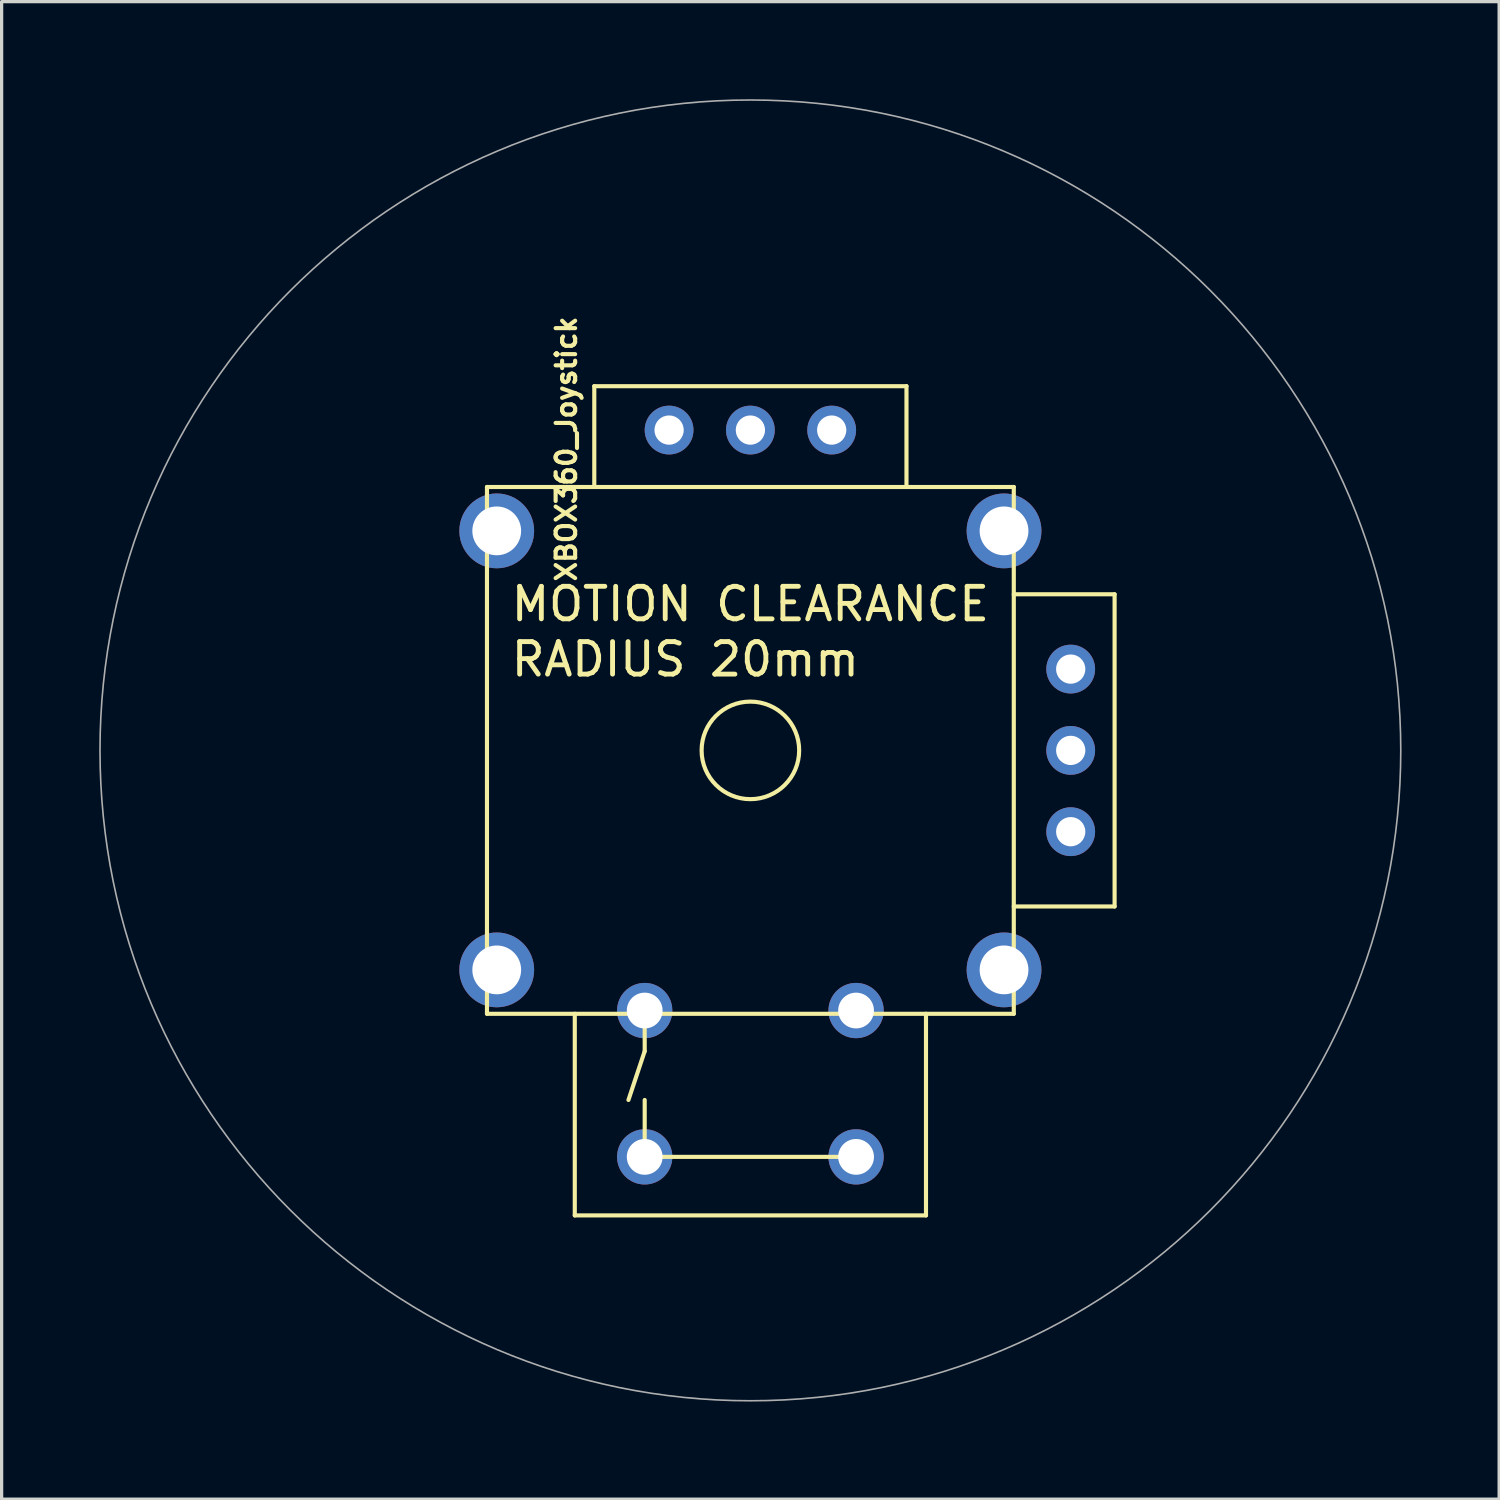
<source format=kicad_pcb>
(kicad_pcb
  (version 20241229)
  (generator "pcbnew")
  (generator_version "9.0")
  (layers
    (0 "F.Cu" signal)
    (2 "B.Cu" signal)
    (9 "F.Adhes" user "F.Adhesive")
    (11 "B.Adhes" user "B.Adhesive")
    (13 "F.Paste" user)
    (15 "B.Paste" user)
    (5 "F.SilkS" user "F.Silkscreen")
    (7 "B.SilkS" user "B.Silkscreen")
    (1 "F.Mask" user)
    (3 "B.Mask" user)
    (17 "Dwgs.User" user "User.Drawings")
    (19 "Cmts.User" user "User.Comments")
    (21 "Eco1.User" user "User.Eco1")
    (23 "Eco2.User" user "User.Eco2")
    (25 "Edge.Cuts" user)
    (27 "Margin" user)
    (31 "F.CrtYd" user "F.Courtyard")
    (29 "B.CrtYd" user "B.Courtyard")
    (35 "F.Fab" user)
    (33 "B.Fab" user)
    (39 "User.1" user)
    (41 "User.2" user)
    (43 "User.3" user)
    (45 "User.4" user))
  (footprint "XBOX360_Joystick"
    (layer "F.Cu")
    (at 20.025 20.025)
    (property "Reference" "XBOX360_Joystick" (at -5.66 -9.27 90) (layer "F.SilkS") (effects (font (size 0.6 0.6) (thickness 0.127))))
    (attr through_hole)
    (fp_line (start -8.1 -8.1) (end -8.1 8.1) (stroke (width 0.127) (type solid)) (layer "F.SilkS"))
    (fp_line (start -8.1 -8.1) (end 8.1 -8.1) (stroke (width 0.127) (type solid)) (layer "F.SilkS"))
    (fp_line (start -8.1 8.1) (end 8.1 8.1) (stroke (width 0.127) (type solid)) (layer "F.SilkS"))
    (fp_line (start -5.4 8.1) (end -5.4 14.3) (stroke (width 0.127) (type solid)) (layer "F.SilkS"))
    (fp_line (start -5.4 14.3) (end 5.4 14.3) (stroke (width 0.127) (type solid)) (layer "F.SilkS"))
    (fp_line (start -4.8 -11.2) (end 4.8 -11.2) (stroke (width 0.127) (type solid)) (layer "F.SilkS"))
    (fp_line (start -4.8 -8.1) (end -4.8 -11.2) (stroke (width 0.127) (type solid)) (layer "F.SilkS"))
    (fp_line (start -3.25 8.5) (end -3.25 9.25) (stroke (width 0.127) (type solid)) (layer "F.SilkS"))
    (fp_line (start -3.25 9.25) (end -3.75 10.75) (stroke (width 0.127) (type solid)) (layer "F.SilkS"))
    (fp_line (start -3.25 12.5) (end -3.25 10.75) (stroke (width 0.127) (type solid)) (layer "F.SilkS"))
    (fp_line (start -3 12.5) (end 3.5 12.5) (stroke (width 0.127) (type solid)) (layer "F.SilkS"))
    (fp_line (start 4.8 -11.2) (end 4.8 -8.1) (stroke (width 0.127) (type solid)) (layer "F.SilkS"))
    (fp_line (start 5.4 14.3) (end 5.4 8.1) (stroke (width 0.127) (type solid)) (layer "F.SilkS"))
    (fp_line (start 8.1 -4.8) (end 11.2 -4.8) (stroke (width 0.127) (type solid)) (layer "F.SilkS"))
    (fp_line (start 8.1 8.1) (end 8.1 -8.1) (stroke (width 0.127) (type solid)) (layer "F.SilkS"))
    (fp_line (start 11.2 -4.8) (end 11.2 4.8) (stroke (width 0.127) (type solid)) (layer "F.SilkS"))
    (fp_line (start 11.2 4.8) (end 8.1 4.8) (stroke (width 0.127) (type solid)) (layer "F.SilkS"))
    (fp_circle (center 0 0) (end 1.5 0) (stroke (width 0.127) (type solid)) (fill no) (layer "F.SilkS"))
    (fp_circle (center 0 0) (end 20 0) (stroke (width 0.05) (type solid)) (fill no) (layer "F.Fab"))
    (fp_text user "RADIUS 20mm" (at -2 -2.8 0) (layer "F.SilkS") (effects (font (size 1 1) (thickness 0.15))))
    (fp_text user "MOTION CLEARANCE" (at 0 -4.5 0) (layer "F.SilkS") (effects (font (size 1 1) (thickness 0.15))))
    (pad "1" thru_hole circle (at -2.5 -9.85) (size 1.5 1.5) (drill 0.9) (layers "*.Cu" "*.Mask"))
    (pad "2" thru_hole circle (at 0 -9.85) (size 1.5 1.5) (drill 0.9) (layers "*.Cu" "*.Mask"))
    (pad "3" thru_hole circle (at 2.5 -9.85) (size 1.5 1.5) (drill 0.9) (layers "*.Cu" "*.Mask"))
    (pad "4" thru_hole circle (at 9.85 -2.5) (size 1.5 1.5) (drill 0.9) (layers "*.Cu" "*.Mask"))
    (pad "5" thru_hole circle (at 9.85 0) (size 1.5 1.5) (drill 0.9) (layers "*.Cu" "*.Mask"))
    (pad "6" thru_hole circle (at 9.85 2.5) (size 1.5 1.5) (drill 0.9) (layers "*.Cu" "*.Mask"))
    (pad "7" thru_hole circle (at -3.25 8) (size 1.7 1.7) (drill 1.1) (layers "*.Cu" "*.Mask"))
    (pad "7" thru_hole circle (at 3.25 8) (size 1.7 1.7) (drill 1.1) (layers "*.Cu" "*.Mask"))
    (pad "8" thru_hole circle (at -3.25 12.5) (size 1.7 1.7) (drill 1.1) (layers "*.Cu" "*.Mask"))
    (pad "8" thru_hole circle (at 3.25 12.5) (size 1.7 1.7) (drill 1.1) (layers "*.Cu" "*.Mask"))
    (pad "9" thru_hole circle (at -7.8 -6.75) (size 2.3 2.3) (drill 1.5) (layers "*.Cu" "*.Mask"))
    (pad "9" thru_hole circle (at -7.8 6.75) (size 2.3 2.3) (drill 1.5) (layers "*.Cu" "*.Mask"))
    (pad "9" thru_hole circle (at 7.8 -6.75) (size 2.3 2.3) (drill 1.5) (layers "*.Cu" "*.Mask"))
    (pad "9" thru_hole circle (at 7.8 6.75) (size 2.3 2.3) (drill 1.5) (layers "*.Cu" "*.Mask")))
  (gr_rect
    (start -3 -3)
    (end 43.05 43.05)
    (stroke (width 0.1) (type default))
    (fill no)
    (layer "Edge.Cuts")))
</source>
